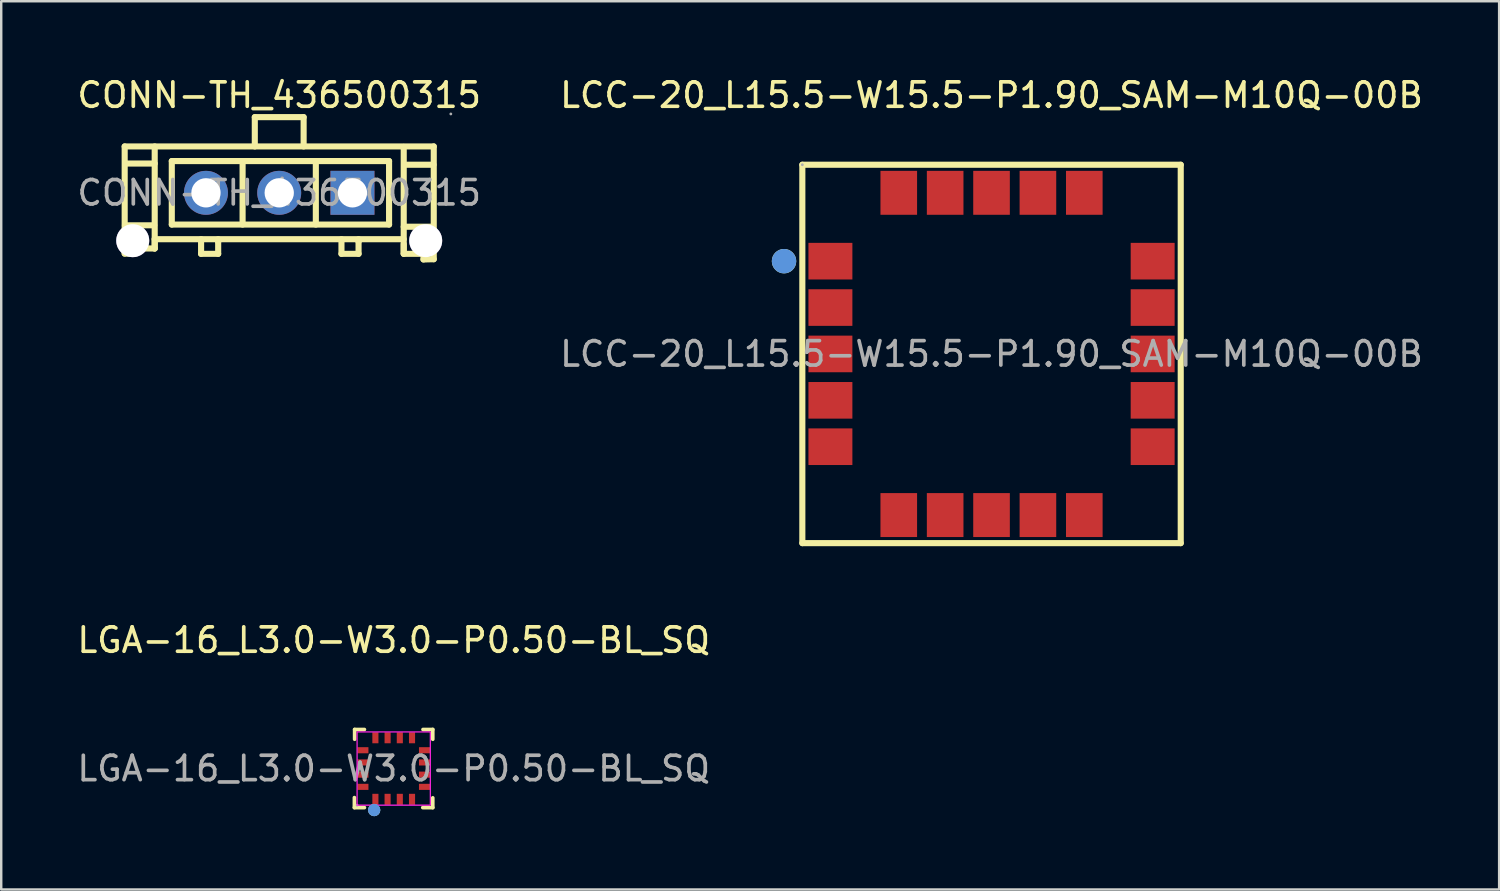
<source format=kicad_pcb>
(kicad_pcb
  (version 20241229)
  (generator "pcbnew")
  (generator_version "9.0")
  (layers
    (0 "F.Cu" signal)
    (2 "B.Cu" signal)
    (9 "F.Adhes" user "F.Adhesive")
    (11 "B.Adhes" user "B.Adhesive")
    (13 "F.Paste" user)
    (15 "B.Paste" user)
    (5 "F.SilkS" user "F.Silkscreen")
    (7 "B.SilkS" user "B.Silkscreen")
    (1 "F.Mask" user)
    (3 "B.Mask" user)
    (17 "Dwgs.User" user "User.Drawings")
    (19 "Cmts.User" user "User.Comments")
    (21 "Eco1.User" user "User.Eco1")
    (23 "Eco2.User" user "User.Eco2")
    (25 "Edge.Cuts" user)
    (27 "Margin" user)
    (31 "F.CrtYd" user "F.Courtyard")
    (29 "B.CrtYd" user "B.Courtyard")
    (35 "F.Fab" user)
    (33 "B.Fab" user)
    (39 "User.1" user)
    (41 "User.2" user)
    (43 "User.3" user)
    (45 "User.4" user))
  (footprint "CONN-TH_436500315"
    (layer "F.Cu")
    (at 8.387 4.848)
    (property "Reference" "CONN-TH_436500315" (at 0 -4 0) (layer "F.SilkS") (effects (font (size 1 1) (thickness 0.15))))
    (attr through_hole)
    (fp_line (start -6.33 -1.9) (end -6.33 1.86) (stroke (width 0.25) (type solid)) (layer "F.SilkS"))
    (fp_line (start -6.33 1.85) (end -5.9 2.28) (stroke (width 0.25) (type solid)) (layer "F.SilkS"))
    (fp_line (start -6.33 1.86) (end -6.33 2.49) (stroke (width 0.25) (type solid)) (layer "F.SilkS"))
    (fp_line (start -6.33 2.49) (end -5.92 2.49) (stroke (width 0.25) (type solid)) (layer "F.SilkS"))
    (fp_line (start -6.32 1.33) (end -5.12 1.33) (stroke (width 0.25) (type solid)) (layer "F.SilkS"))
    (fp_line (start -6.3 -1.2) (end -5.1 -1.2) (stroke (width 0.25) (type solid)) (layer "F.SilkS"))
    (fp_line (start -5.92 2.49) (end -5.92 2.26) (stroke (width 0.25) (type solid)) (layer "F.SilkS"))
    (fp_line (start -5.9 2.28) (end -5.1 2.28) (stroke (width 0.25) (type solid)) (layer "F.SilkS"))
    (fp_line (start -5.1 -1.9) (end -5.1 2.28) (stroke (width 0.25) (type solid)) (layer "F.SilkS"))
    (fp_line (start -5.1 1.9) (end 5.1 1.9) (stroke (width 0.25) (type solid)) (layer "F.SilkS"))
    (fp_line (start -5.1 2.28) (end -5.1 1.88) (stroke (width 0.25) (type solid)) (layer "F.SilkS"))
    (fp_line (start -4.4 -1.3) (end -1.5 -1.3) (stroke (width 0.25) (type solid)) (layer "F.SilkS"))
    (fp_line (start -4.4 1.3) (end -4.4 -1.3) (stroke (width 0.25) (type solid)) (layer "F.SilkS"))
    (fp_line (start -3.2 1.9) (end -3.2 2.5) (stroke (width 0.25) (type solid)) (layer "F.SilkS"))
    (fp_line (start -3.2 2.5) (end -2.5 2.5) (stroke (width 0.25) (type solid)) (layer "F.SilkS"))
    (fp_line (start -2.5 2) (end -2.5 1.9) (stroke (width 0.25) (type solid)) (layer "F.SilkS"))
    (fp_line (start -2.5 2.5) (end -2.5 2) (stroke (width 0.25) (type solid)) (layer "F.SilkS"))
    (fp_line (start -1.5 -1.3) (end -1.5 1.3) (stroke (width 0.25) (type solid)) (layer "F.SilkS"))
    (fp_line (start -1.5 -1.3) (end 4.5 -1.3) (stroke (width 0.25) (type solid)) (layer "F.SilkS"))
    (fp_line (start -1 -3.1) (end 1 -3.1) (stroke (width 0.25) (type solid)) (layer "F.SilkS"))
    (fp_line (start -1 -1.9) (end -1 -3.1) (stroke (width 0.25) (type solid)) (layer "F.SilkS"))
    (fp_line (start 1 -3.1) (end 1 -1.9) (stroke (width 0.25) (type solid)) (layer "F.SilkS"))
    (fp_line (start 1.5 -1.3) (end 1.5 1.3) (stroke (width 0.25) (type solid)) (layer "F.SilkS"))
    (fp_line (start 2.55 1.9) (end 2.55 2.5) (stroke (width 0.25) (type solid)) (layer "F.SilkS"))
    (fp_line (start 2.55 2.5) (end 3.25 2.5) (stroke (width 0.25) (type solid)) (layer "F.SilkS"))
    (fp_line (start 3.25 2) (end 3.25 1.9) (stroke (width 0.25) (type solid)) (layer "F.SilkS"))
    (fp_line (start 3.25 2.5) (end 3.25 2) (stroke (width 0.25) (type solid)) (layer "F.SilkS"))
    (fp_line (start 4.5 -1.3) (end 4.5 1.3) (stroke (width 0.25) (type solid)) (layer "F.SilkS"))
    (fp_line (start 4.5 1.3) (end -4.4 1.3) (stroke (width 0.25) (type solid)) (layer "F.SilkS"))
    (fp_line (start 5.1 -1.88) (end 5.1 2.48) (stroke (width 0.25) (type solid)) (layer "F.SilkS"))
    (fp_line (start 5.1 1.39) (end 6.3 1.39) (stroke (width 0.25) (type solid)) (layer "F.SilkS"))
    (fp_line (start 5.1 2.5) (end 5.1 2.1) (stroke (width 0.25) (type solid)) (layer "F.SilkS"))
    (fp_line (start 5.12 -1.15) (end 6.32 -1.15) (stroke (width 0.25) (type solid)) (layer "F.SilkS"))
    (fp_line (start 5.9 2.5) (end 5.1 2.5) (stroke (width 0.25) (type solid)) (layer "F.SilkS"))
    (fp_line (start 5.91 2.73) (end 5.91 2.5) (stroke (width 0.25) (type solid)) (layer "F.SilkS"))
    (fp_line (start 6.33 -1.9) (end -6.33 -1.9) (stroke (width 0.25) (type solid)) (layer "F.SilkS"))
    (fp_line (start 6.33 2.06) (end 6.33 -1.9) (stroke (width 0.25) (type solid)) (layer "F.SilkS"))
    (fp_line (start 6.33 2.07) (end 5.9 2.5) (stroke (width 0.25) (type solid)) (layer "F.SilkS"))
    (fp_line (start 6.33 2.09) (end 6.33 2.72) (stroke (width 0.25) (type solid)) (layer "F.SilkS"))
    (fp_line (start 6.33 2.72) (end 5.91 2.73) (stroke (width 0.25) (type solid)) (layer "F.SilkS"))
    (fp_circle (center -6 1.96) (end -5.71 1.96) (stroke (width 0.58) (type solid)) (fill no) (layer "F.Fab"))
    (fp_circle (center -3 0) (end -2.75 0) (stroke (width 0.5) (type solid)) (fill no) (layer "F.Fab"))
    (fp_circle (center 0 0) (end 0.25 0) (stroke (width 0.5) (type solid)) (fill no) (layer "F.Fab"))
    (fp_circle (center 3 0) (end 3.25 0) (stroke (width 0.5) (type solid)) (fill no) (layer "F.Fab"))
    (fp_circle (center 6 1.96) (end 6.29 1.96) (stroke (width 0.58) (type solid)) (fill no) (layer "F.Fab"))
    (fp_circle (center 7.03 -3.23) (end 7.06 -3.23) (stroke (width 0.06) (type solid)) (fill no) (layer "F.Fab"))
    (fp_text user "${REFERENCE}" (at 0 0 0) (layer "F.Fab") (effects (font (size 1 1) (thickness 0.15))))
    (pad "" thru_hole circle (at -6 1.96) (size 1.35 1.35) (drill 1.35) (layers "*.Cu" "*.Mask"))
    (pad "" thru_hole circle (at 6 1.96) (size 1.35 1.35) (drill 1.35) (layers "*.Cu" "*.Mask"))
    (pad "1" thru_hole rect (at 3 0) (size 1.8 1.8) (drill 1.2) (layers "*.Cu" "*.Mask"))
    (pad "2" thru_hole circle (at 0 0) (size 1.8 1.8) (drill 1.2) (layers "*.Cu" "*.Mask"))
    (pad "3" thru_hole circle (at -3 0) (size 1.8 1.8) (drill 1.2) (layers "*.Cu" "*.Mask")))
  (footprint "LCC-20_L15.5-W15.5-P1.90_SAM-M10Q-00B"
    (layer "F.Cu")
    (at 37.565 11.448)
    (property "Reference" "LCC-20_L15.5-W15.5-P1.90_SAM-M10Q-00B" (at 0 -10.6 0) (layer "F.SilkS") (effects (font (size 1 1) (thickness 0.15))))
    (attr smd)
    (fp_line (start -7.75 -7.75) (end -7.75 7.75) (stroke (width 0.25) (type solid)) (layer "F.SilkS"))
    (fp_line (start -7.75 7.75) (end 7.75 7.75) (stroke (width 0.25) (type solid)) (layer "F.SilkS"))
    (fp_line (start 7.75 -7.75) (end -7.75 -7.75) (stroke (width 0.25) (type solid)) (layer "F.SilkS"))
    (fp_line (start 7.75 7.75) (end 7.75 -7.75) (stroke (width 0.25) (type solid)) (layer "F.SilkS"))
    (fp_circle (center -8.5 -3.8) (end -8.25 -3.8) (stroke (width 0.5) (type solid)) (fill no) (layer "F.SilkS"))
    (fp_circle (center -8.5 -3.8) (end -8.25 -3.8) (stroke (width 0.5) (type solid)) (fill no) (layer "Cmts.User"))
    (fp_circle (center -7.75 -7.75) (end -7.72 -7.75) (stroke (width 0.06) (type solid)) (fill no) (layer "F.Fab"))
    (fp_text user "${REFERENCE}" (at 0 0 0) (layer "F.Fab") (effects (font (size 1 1) (thickness 0.15))))
    (pad "1" smd rect (at -6.6 -3.8 90) (size 1.5 1.8) (layers "F.Cu" "F.Mask" "F.Paste"))
    (pad "2" smd rect (at -6.6 -1.9 90) (size 1.5 1.8) (layers "F.Cu" "F.Mask" "F.Paste"))
    (pad "3" smd rect (at -6.6 0 90) (size 1.5 1.8) (layers "F.Cu" "F.Mask" "F.Paste"))
    (pad "4" smd rect (at -6.6 1.9 90) (size 1.5 1.8) (layers "F.Cu" "F.Mask" "F.Paste"))
    (pad "5" smd rect (at -6.6 3.8 90) (size 1.5 1.8) (layers "F.Cu" "F.Mask" "F.Paste"))
    (pad "6" smd rect (at -3.8 6.6 180) (size 1.5 1.8) (layers "F.Cu" "F.Mask" "F.Paste"))
    (pad "7" smd rect (at -1.9 6.6 180) (size 1.5 1.8) (layers "F.Cu" "F.Mask" "F.Paste"))
    (pad "8" smd rect (at 0 6.6 180) (size 1.5 1.8) (layers "F.Cu" "F.Mask" "F.Paste"))
    (pad "9" smd rect (at 1.9 6.6 180) (size 1.5 1.8) (layers "F.Cu" "F.Mask" "F.Paste"))
    (pad "10" smd rect (at 3.8 6.6 180) (size 1.5 1.8) (layers "F.Cu" "F.Mask" "F.Paste"))
    (pad "11" smd rect (at 6.6 3.8 270) (size 1.5 1.8) (layers "F.Cu" "F.Mask" "F.Paste"))
    (pad "12" smd rect (at 6.6 1.9 270) (size 1.5 1.8) (layers "F.Cu" "F.Mask" "F.Paste"))
    (pad "13" smd rect (at 6.6 0 270) (size 1.5 1.8) (layers "F.Cu" "F.Mask" "F.Paste"))
    (pad "14" smd rect (at 6.6 -1.9 270) (size 1.5 1.8) (layers "F.Cu" "F.Mask" "F.Paste"))
    (pad "15" smd rect (at 6.6 -3.8 270) (size 1.5 1.8) (layers "F.Cu" "F.Mask" "F.Paste"))
    (pad "16" smd rect (at 3.8 -6.6) (size 1.5 1.8) (layers "F.Cu" "F.Mask" "F.Paste"))
    (pad "17" smd rect (at 1.9 -6.6) (size 1.5 1.8) (layers "F.Cu" "F.Mask" "F.Paste"))
    (pad "18" smd rect (at 0 -6.6) (size 1.5 1.8) (layers "F.Cu" "F.Mask" "F.Paste"))
    (pad "19" smd rect (at -1.9 -6.6) (size 1.5 1.8) (layers "F.Cu" "F.Mask" "F.Paste"))
    (pad "20" smd rect (at -3.8 -6.6) (size 1.5 1.8) (layers "F.Cu" "F.Mask" "F.Paste")))
  (footprint "LGA-16_L3.0-W3.0-P0.50-BL_SQ"
    (layer "F.Cu")
    (at 13.077 28.431)
    (property "Reference" "LGA-16_L3.0-W3.0-P0.50-BL_SQ" (at 0 -5.26 0) (layer "F.SilkS") (effects (font (size 1 1) (thickness 0.15))))
    (attr smd)
    (fp_line (start -1.61 1.6) (end -1.61 1.19) (stroke (width 0.15) (type solid)) (layer "F.SilkS"))
    (fp_line (start -1.6 -1.6) (end -1.2 -1.6) (stroke (width 0.15) (type solid)) (layer "F.SilkS"))
    (fp_line (start -1.6 -1.2) (end -1.6 -1.6) (stroke (width 0.15) (type solid)) (layer "F.SilkS"))
    (fp_line (start -1.2 1.6) (end -1.61 1.6) (stroke (width 0.15) (type solid)) (layer "F.SilkS"))
    (fp_line (start 1.2 -1.6) (end 1.6 -1.6) (stroke (width 0.15) (type solid)) (layer "F.SilkS"))
    (fp_line (start 1.6 -1.6) (end 1.6 -1.2) (stroke (width 0.15) (type solid)) (layer "F.SilkS"))
    (fp_line (start 1.6 1.2) (end 1.6 1.6) (stroke (width 0.15) (type solid)) (layer "F.SilkS"))
    (fp_line (start 1.6 1.6) (end 1.19 1.6) (stroke (width 0.15) (type solid)) (layer "F.SilkS"))
    (fp_arc (start -0.8 1.7) (mid -0.8 1.7) (end -0.8 1.7) (stroke (width 0.25) (type solid)) (layer "F.SilkS"))
    (fp_circle (center -0.8 1.7) (end -0.67 1.7) (stroke (width 0.25) (type solid)) (fill no) (layer "Cmts.User"))
    (fp_rect (start -1.5 -1.5) (end 1.5 1.5) (stroke (width 0.05) (type default)) (fill no) (layer "F.CrtYd"))
    (fp_circle (center -1.5 1.5) (end -1.47 1.5) (stroke (width 0.06) (type solid)) (fill no) (layer "F.Fab"))
    (fp_text user "${REFERENCE}" (at 0 0 0) (layer "F.Fab") (effects (font (size 1 1) (thickness 0.15))))
    (pad "1" smd rect (at -0.75 1.26 180) (size 0.25 0.45) (layers "F.Cu" "F.Mask" "F.Paste"))
    (pad "2" smd rect (at -0.25 1.26 180) (size 0.25 0.45) (layers "F.Cu" "F.Mask" "F.Paste"))
    (pad "3" smd rect (at 0.25 1.26 180) (size 0.25 0.45) (layers "F.Cu" "F.Mask" "F.Paste"))
    (pad "4" smd rect (at 0.75 1.26 180) (size 0.25 0.45) (layers "F.Cu" "F.Mask" "F.Paste"))
    (pad "5" smd rect (at 1.26 0.75 90) (size 0.25 0.45) (layers "F.Cu" "F.Mask" "F.Paste"))
    (pad "6" smd rect (at 1.26 0.25 90) (size 0.25 0.45) (layers "F.Cu" "F.Mask" "F.Paste"))
    (pad "7" smd rect (at 1.26 -0.25 90) (size 0.25 0.45) (layers "F.Cu" "F.Mask" "F.Paste"))
    (pad "8" smd rect (at 1.26 -0.75 90) (size 0.25 0.45) (layers "F.Cu" "F.Mask" "F.Paste"))
    (pad "9" smd rect (at 0.75 -1.26 180) (size 0.25 0.45) (layers "F.Cu" "F.Mask" "F.Paste"))
    (pad "10" smd rect (at 0.25 -1.26 180) (size 0.25 0.45) (layers "F.Cu" "F.Mask" "F.Paste"))
    (pad "11" smd rect (at -0.25 -1.26 180) (size 0.25 0.45) (layers "F.Cu" "F.Mask" "F.Paste"))
    (pad "12" smd rect (at -0.75 -1.26 180) (size 0.25 0.45) (layers "F.Cu" "F.Mask" "F.Paste"))
    (pad "13" smd rect (at -1.26 -0.75 90) (size 0.25 0.45) (layers "F.Cu" "F.Mask" "F.Paste"))
    (pad "14" smd rect (at -1.26 -0.25 90) (size 0.25 0.45) (layers "F.Cu" "F.Mask" "F.Paste"))
    (pad "15" smd rect (at -1.26 0.25 90) (size 0.25 0.45) (layers "F.Cu" "F.Mask" "F.Paste"))
    (pad "16" smd rect (at -1.26 0.75 90) (size 0.25 0.45) (layers "F.Cu" "F.Mask" "F.Paste")))
  (gr_rect
    (start -3 -3)
    (end 58.357 33.386)
    (stroke (width 0.1) (type default))
    (fill no)
    (layer "Edge.Cuts")))
</source>
